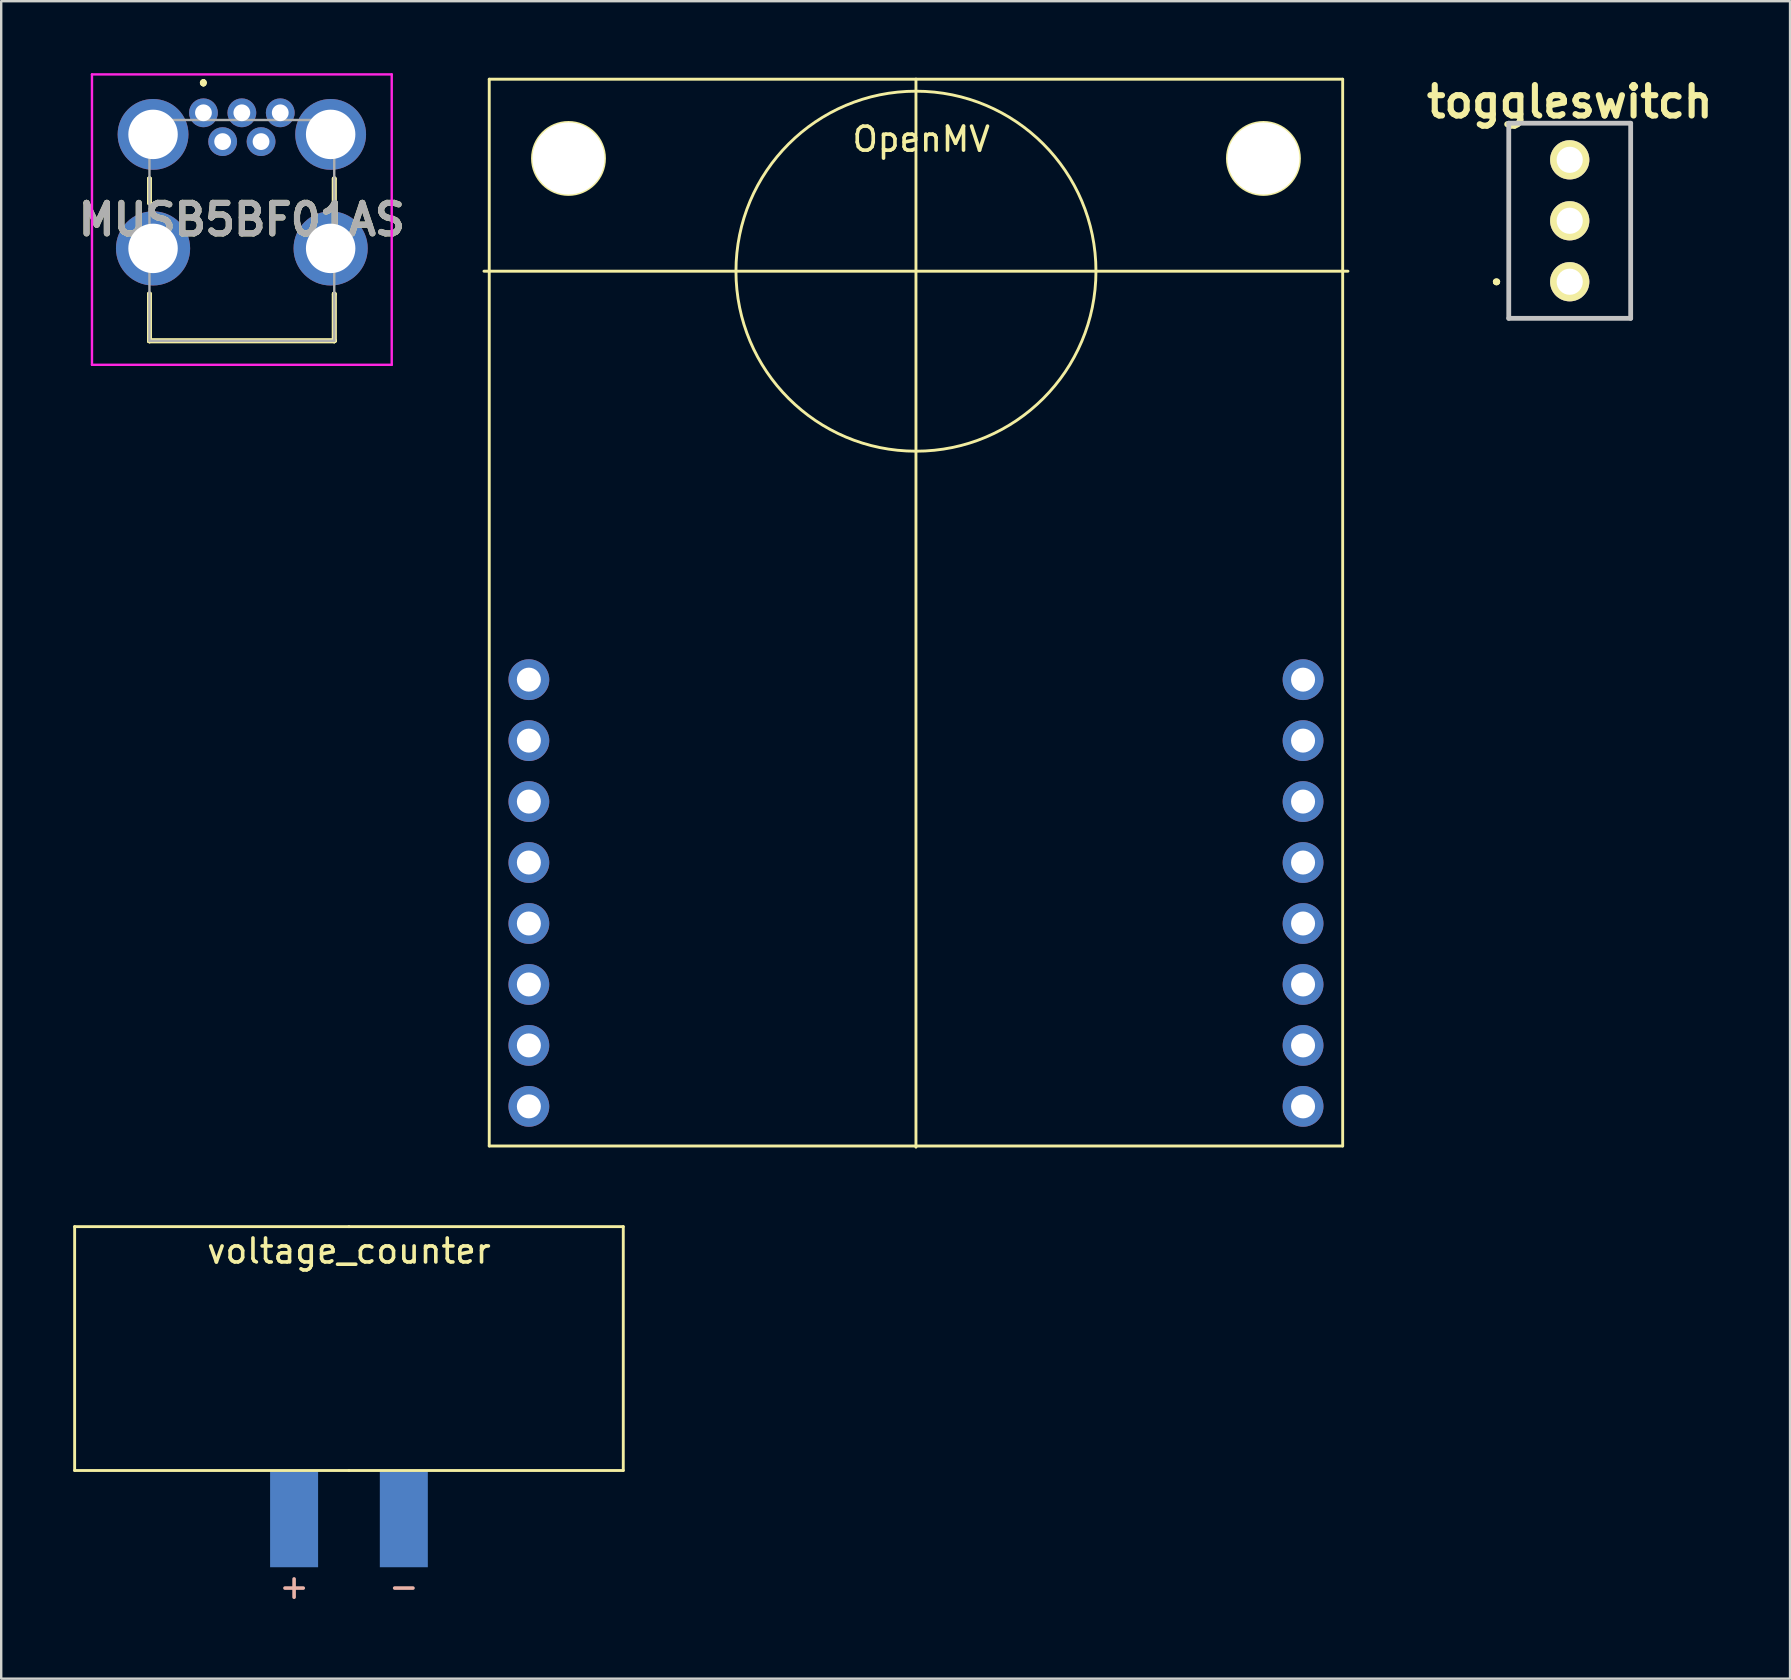
<source format=kicad_pcb>
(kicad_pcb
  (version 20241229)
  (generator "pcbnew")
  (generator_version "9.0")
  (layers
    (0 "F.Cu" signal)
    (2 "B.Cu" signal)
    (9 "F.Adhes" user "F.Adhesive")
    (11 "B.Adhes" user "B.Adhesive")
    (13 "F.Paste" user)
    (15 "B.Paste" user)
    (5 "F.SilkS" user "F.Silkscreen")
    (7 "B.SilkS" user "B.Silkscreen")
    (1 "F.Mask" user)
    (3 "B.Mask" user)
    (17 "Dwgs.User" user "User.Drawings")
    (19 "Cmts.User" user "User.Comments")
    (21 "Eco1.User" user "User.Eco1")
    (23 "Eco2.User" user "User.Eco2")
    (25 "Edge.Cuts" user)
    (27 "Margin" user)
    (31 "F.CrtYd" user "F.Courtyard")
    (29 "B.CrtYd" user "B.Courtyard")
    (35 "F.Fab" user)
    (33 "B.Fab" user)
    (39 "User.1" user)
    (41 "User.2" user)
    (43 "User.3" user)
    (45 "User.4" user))
  (footprint "toggleswitch"
    (layer "F.Cu")
    (at 62.355 8.689)
    (property "Reference" "toggleswitch" (at 0 -7.5 0) (layer "F.SilkS") (effects (font (size 1.27 1.27) (thickness 0.254))))
    (attr through_hole)
    (fp_line (start -3.1 0) (end -3.1 0) (stroke (width 0.2) (type solid)) (layer "F.SilkS"))
    (fp_line (start -3.1 0) (end -3.1 0) (stroke (width 0.2) (type solid)) (layer "F.SilkS"))
    (fp_line (start -3 0) (end -3 0) (stroke (width 0.2) (type solid)) (layer "F.SilkS"))
    (fp_line (start -2.54 -6.605) (end -2.54 1.525) (stroke (width 0.1) (type solid)) (layer "F.SilkS"))
    (fp_line (start -2.54 1.525) (end 2.54 1.525) (stroke (width 0.1) (type solid)) (layer "F.SilkS"))
    (fp_line (start 2.54 -6.605) (end -2.54 -6.605) (stroke (width 0.1) (type solid)) (layer "F.SilkS"))
    (fp_line (start 2.54 1.525) (end 2.54 -6.605) (stroke (width 0.1) (type solid)) (layer "F.SilkS"))
    (fp_arc (start -3.1 0) (mid -3.05 -0.05) (end -3 0) (stroke (width 0.2) (type solid)) (layer "F.SilkS"))
    (fp_arc (start -3 0) (mid -3.05 0.05) (end -3.1 0) (stroke (width 0.2) (type solid)) (layer "F.SilkS"))
    (fp_arc (start -3 0) (mid -3.05 0.05) (end -3.1 0) (stroke (width 0.2) (type solid)) (layer "F.SilkS"))
    (fp_line (start -2.54 -6.605) (end 2.54 -6.605) (stroke (width 0.2) (type solid)) (layer "Dwgs.User"))
    (fp_line (start -2.54 1.525) (end -2.54 -6.605) (stroke (width 0.2) (type solid)) (layer "Dwgs.User"))
    (fp_line (start 2.54 -6.605) (end 2.54 1.525) (stroke (width 0.2) (type solid)) (layer "Dwgs.User"))
    (fp_line (start 2.54 1.525) (end -2.54 1.525) (stroke (width 0.2) (type solid)) (layer "Dwgs.User"))
    (pad "1" thru_hole circle (at 0 0 90) (size 1.635 1.635) (drill 1.09) (layers "*.Cu" "*.Mask" "F.SilkS"))
    (pad "2" thru_hole circle (at 0 -2.54 90) (size 1.635 1.635) (drill 1.09) (layers "*.Cu" "*.Mask" "F.SilkS"))
    (pad "3" thru_hole circle (at 0 -5.08 90) (size 1.635 1.635) (drill 1.09) (layers "*.Cu" "*.Mask" "F.SilkS")))
  (footprint "OpenMV"
    (layer "F.Cu")
    (at 35.115 0.25)
    (property "Reference" "OpenMV" (at 0.22 2.5 0) (layer "F.SilkS") (effects (font (size 1 1) (thickness 0.15))))
    (attr through_hole)
    (fp_line (start -18 8) (end 18 8) (stroke (width 0.12) (type solid)) (layer "F.SilkS"))
    (fp_line (start -17.78 0) (end 0 0) (stroke (width 0.12) (type solid)) (layer "F.SilkS"))
    (fp_line (start -17.78 44.45) (end -17.78 0) (stroke (width 0.12) (type solid)) (layer "F.SilkS"))
    (fp_line (start 0 0) (end 0 44.5) (stroke (width 0.12) (type solid)) (layer "F.SilkS"))
    (fp_line (start 0 0) (end 17.78 0) (stroke (width 0.12) (type solid)) (layer "F.SilkS"))
    (fp_line (start 17.78 0) (end 17.78 44.45) (stroke (width 0.12) (type solid)) (layer "F.SilkS"))
    (fp_line (start 17.78 44.45) (end -17.78 44.45) (stroke (width 0.12) (type solid)) (layer "F.SilkS"))
    (fp_circle (center -14.478 3.302) (end -12.978 3.302) (stroke (width 0.12) (type solid)) (fill no) (layer "F.SilkS"))
    (fp_circle (center 0 8) (end 0 15.5) (stroke (width 0.12) (type solid)) (fill no) (layer "F.SilkS"))
    (fp_circle (center 14.478 3.302) (end 15.978 3.302) (stroke (width 0.12) (type solid)) (fill no) (layer "F.SilkS"))
    (pad "" thru_hole circle (at -14.478 3.302) (size 3 3) (drill 3) (layers "*.Cu" "*.Mask"))
    (pad "" thru_hole circle (at 14.478 3.302) (size 3 3) (drill 3) (layers "*.Cu" "*.Mask"))
    (pad "1" thru_hole circle (at 16.129 42.799) (size 1.7 1.7) (drill 1) (layers "*.Cu" "*.Mask"))
    (pad "2" thru_hole circle (at 16.129 40.259) (size 1.7 1.7) (drill 1) (layers "*.Cu" "*.Mask"))
    (pad "3" thru_hole circle (at 16.129 37.719) (size 1.7 1.7) (drill 1) (layers "*.Cu" "*.Mask"))
    (pad "4" thru_hole circle (at 16.129 35.179) (size 1.7 1.7) (drill 1) (layers "*.Cu" "*.Mask"))
    (pad "5" thru_hole circle (at 16.129 32.639) (size 1.7 1.7) (drill 1) (layers "*.Cu" "*.Mask"))
    (pad "6" thru_hole circle (at 16.129 30.099) (size 1.7 1.7) (drill 1) (layers "*.Cu" "*.Mask"))
    (pad "7" thru_hole circle (at 16.129 27.559) (size 1.7 1.7) (drill 1) (layers "*.Cu" "*.Mask"))
    (pad "8" thru_hole circle (at 16.129 25.019) (size 1.7 1.7) (drill 1) (layers "*.Cu" "*.Mask"))
    (pad "9" thru_hole circle (at -16.129 42.799) (size 1.7 1.7) (drill 1) (layers "*.Cu" "*.Mask"))
    (pad "10" thru_hole circle (at -16.129 40.259) (size 1.7 1.7) (drill 1) (layers "*.Cu" "*.Mask"))
    (pad "11" thru_hole circle (at -16.129 37.719) (size 1.7 1.7) (drill 1) (layers "*.Cu" "*.Mask"))
    (pad "12" thru_hole circle (at -16.129 35.179) (size 1.7 1.7) (drill 1) (layers "*.Cu" "*.Mask"))
    (pad "13" thru_hole circle (at -16.129 32.639) (size 1.7 1.7) (drill 1) (layers "*.Cu" "*.Mask"))
    (pad "14" thru_hole circle (at -16.129 30.099) (size 1.7 1.7) (drill 1) (layers "*.Cu" "*.Mask"))
    (pad "15" thru_hole circle (at -16.129 27.559) (size 1.7 1.7) (drill 1) (layers "*.Cu" "*.Mask"))
    (pad "16" thru_hole circle (at -16.129 25.019) (size 1.7 1.7) (drill 1) (layers "*.Cu" "*.Mask")))
  (footprint "voltage_counter"
    (layer "F.Cu")
    (at 11.49 48.06)
    (property "Reference" "voltage_counter" (at 0 1.016 0) (layer "F.SilkS") (effects (font (size 1 1) (thickness 0.15))))
    (attr through_hole)
    (fp_line (start -11.43 0) (end 0 0) (stroke (width 0.12) (type solid)) (layer "F.SilkS"))
    (fp_line (start -11.43 10.16) (end -11.43 0) (stroke (width 0.12) (type solid)) (layer "F.SilkS"))
    (fp_line (start 0 0) (end 11.43 0) (stroke (width 0.12) (type solid)) (layer "F.SilkS"))
    (fp_line (start 0 10.16) (end -11.43 10.16) (stroke (width 0.12) (type solid)) (layer "F.SilkS"))
    (fp_line (start 11.43 0) (end 11.43 10.16) (stroke (width 0.12) (type solid)) (layer "F.SilkS"))
    (fp_line (start 11.43 10.16) (end 0 10.16) (stroke (width 0.12) (type solid)) (layer "F.SilkS"))
    (fp_text user "+" (at -2.286 14.986 0) (layer "B.SilkS") (effects (font (size 1 1) (thickness 0.15)) (justify mirror)))
    (fp_text user "-" (at 2.286 14.986 0) (layer "B.SilkS") (effects (font (size 1 1) (thickness 0.15)) (justify mirror)))
    (pad "1" smd rect (at 2.286 12.192) (size 2 4) (layers "B.Cu" "B.Mask" "B.Paste"))
    (pad "2" smd rect (at -2.286 12.192) (size 2 4) (layers "B.Cu" "B.Mask" "B.Paste")))
  (footprint "MUSB5BF01AS"
    (layer "F.Cu")
    (at 7.027 1.65)
    (property "Reference" "MUSB5BF01AS" (at 0 4.45 0) (layer "F.SilkS") (effects (font (size 1.27 1.27) (thickness 0.254))))
    (attr through_hole)
    (fp_line (start -3.85 2.75) (end -3.85 2.75) (stroke (width 0.2) (type solid)) (layer "F.SilkS"))
    (fp_line (start -3.85 2.75) (end -3.85 3.75) (stroke (width 0.2) (type solid)) (layer "F.SilkS"))
    (fp_line (start -3.85 3.75) (end -3.85 2.75) (stroke (width 0.2) (type solid)) (layer "F.SilkS"))
    (fp_line (start -3.85 3.75) (end -3.85 3.75) (stroke (width 0.2) (type solid)) (layer "F.SilkS"))
    (fp_line (start -3.85 7.55) (end -3.85 7.55) (stroke (width 0.2) (type solid)) (layer "F.SilkS"))
    (fp_line (start -3.85 7.55) (end -3.85 9.5) (stroke (width 0.2) (type solid)) (layer "F.SilkS"))
    (fp_line (start -3.85 9.5) (end -3.85 7.55) (stroke (width 0.2) (type solid)) (layer "F.SilkS"))
    (fp_line (start -3.85 9.5) (end -3.85 9.5) (stroke (width 0.2) (type solid)) (layer "F.SilkS"))
    (fp_line (start -3.85 9.5) (end -3.85 9.5) (stroke (width 0.2) (type solid)) (layer "F.SilkS"))
    (fp_line (start -3.85 9.5) (end 3.85 9.5) (stroke (width 0.2) (type solid)) (layer "F.SilkS"))
    (fp_line (start -1.6 -1.3) (end -1.6 -1.3) (stroke (width 0.2) (type solid)) (layer "F.SilkS"))
    (fp_line (start -1.6 -1.3) (end -1.6 -1.3) (stroke (width 0.2) (type solid)) (layer "F.SilkS"))
    (fp_line (start -1.6 -1.2) (end -1.6 -1.2) (stroke (width 0.2) (type solid)) (layer "F.SilkS"))
    (fp_line (start 3.85 2.75) (end 3.85 2.75) (stroke (width 0.2) (type solid)) (layer "F.SilkS"))
    (fp_line (start 3.85 2.75) (end 3.85 3.75) (stroke (width 0.2) (type solid)) (layer "F.SilkS"))
    (fp_line (start 3.85 3.75) (end 3.85 2.75) (stroke (width 0.2) (type solid)) (layer "F.SilkS"))
    (fp_line (start 3.85 3.75) (end 3.85 3.75) (stroke (width 0.2) (type solid)) (layer "F.SilkS"))
    (fp_line (start 3.85 7.55) (end 3.85 7.55) (stroke (width 0.2) (type solid)) (layer "F.SilkS"))
    (fp_line (start 3.85 7.55) (end 3.85 9.5) (stroke (width 0.2) (type solid)) (layer "F.SilkS"))
    (fp_line (start 3.85 9.5) (end -3.85 9.5) (stroke (width 0.2) (type solid)) (layer "F.SilkS"))
    (fp_line (start 3.85 9.5) (end 3.85 7.55) (stroke (width 0.2) (type solid)) (layer "F.SilkS"))
    (fp_line (start 3.85 9.5) (end 3.85 9.5) (stroke (width 0.2) (type solid)) (layer "F.SilkS"))
    (fp_line (start 3.85 9.5) (end 3.85 9.5) (stroke (width 0.2) (type solid)) (layer "F.SilkS"))
    (fp_arc (start -1.6 -1.3) (mid -1.55 -1.25) (end -1.6 -1.2) (stroke (width 0.2) (type solid)) (layer "F.SilkS"))
    (fp_arc (start -1.6 -1.2) (mid -1.65 -1.25) (end -1.6 -1.3) (stroke (width 0.2) (type solid)) (layer "F.SilkS"))
    (fp_arc (start -1.6 -1.2) (mid -1.65 -1.25) (end -1.6 -1.3) (stroke (width 0.2) (type solid)) (layer "F.SilkS"))
    (fp_line (start -6.245 -1.6) (end 6.245 -1.6) (stroke (width 0.1) (type solid)) (layer "F.CrtYd"))
    (fp_line (start -6.245 10.5) (end -6.245 -1.6) (stroke (width 0.1) (type solid)) (layer "F.CrtYd"))
    (fp_line (start 6.245 -1.6) (end 6.245 10.5) (stroke (width 0.1) (type solid)) (layer "F.CrtYd"))
    (fp_line (start 6.245 10.5) (end -6.245 10.5) (stroke (width 0.1) (type solid)) (layer "F.CrtYd"))
    (fp_line (start -3.85 0.3) (end -3.85 9.5) (stroke (width 0.1) (type solid)) (layer "F.Fab"))
    (fp_line (start -3.85 9.5) (end 3.85 9.5) (stroke (width 0.1) (type solid)) (layer "F.Fab"))
    (fp_line (start 3.85 0.3) (end -3.85 0.3) (stroke (width 0.1) (type solid)) (layer "F.Fab"))
    (fp_line (start 3.85 9.5) (end 3.85 0.3) (stroke (width 0.1) (type solid)) (layer "F.Fab"))
    (fp_text user "${REFERENCE}" (at 0 4.45 0) (layer "F.Fab") (effects (font (size 1.27 1.27) (thickness 0.254))))
    (pad "1" thru_hole circle (at -1.6 0) (size 1.2 1.2) (drill 0.7) (layers "*.Cu" "*.Mask"))
    (pad "2" thru_hole circle (at -0.8 1.2) (size 1.2 1.2) (drill 0.7) (layers "*.Cu" "*.Mask"))
    (pad "3" thru_hole circle (at 0 0) (size 1.2 1.2) (drill 0.7) (layers "*.Cu" "*.Mask"))
    (pad "4" thru_hole circle (at 0.8 1.2) (size 1.2 1.2) (drill 0.7) (layers "*.Cu" "*.Mask"))
    (pad "5" thru_hole circle (at 1.6 0) (size 1.2 1.2) (drill 0.7) (layers "*.Cu" "*.Mask"))
    (pad "MH1" thru_hole circle (at -3.7 0.9) (size 2.95 2.95) (drill 2.06) (layers "*.Cu" "*.Mask"))
    (pad "MH2" thru_hole circle (at -3.7 5.65) (size 3.09 3.09) (drill 2.06) (layers "*.Cu" "*.Mask"))
    (pad "MH3" thru_hole circle (at 3.7 5.65) (size 3.09 3.09) (drill 2.06) (layers "*.Cu" "*.Mask"))
    (pad "MH4" thru_hole circle (at 3.7 0.9) (size 2.95 2.95) (drill 2.06) (layers "*.Cu" "*.Mask")))
  (gr_rect
    (start -3 -3)
    (end 71.536 66.894)
    (stroke (width 0.1) (type default))
    (fill no)
    (layer "Edge.Cuts")))
</source>
